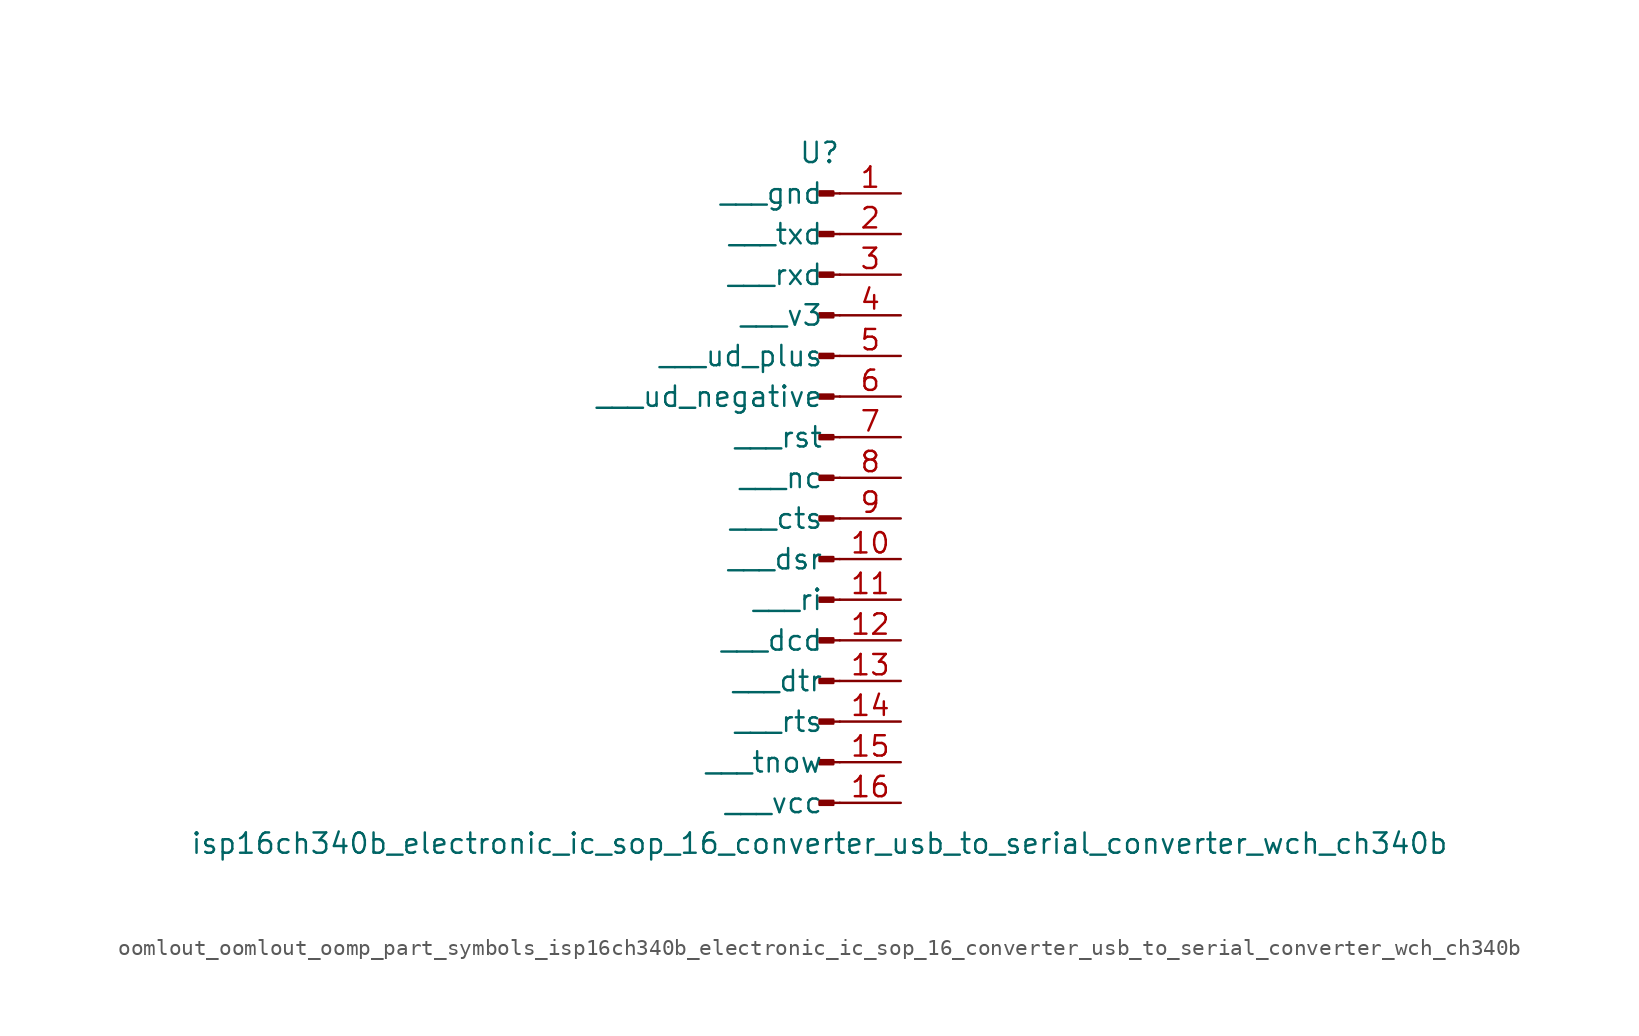
<source format=kicad_sym>
(kicad_symbol_lib
  (version 20220914)
  (generator kicad_symbol_editor)
  (symbol "oomlout_oomlout_oomp_part_symbols_isp16ch340b_electronic_ic_sop_16_converter_usb_to_serial_converter_wch_ch340b"
    (pin_names
      (offset 1.016))
    (property "Reference" "U"
      (at 0 20.32 0)
      (effects (font (size 1.27 1.27))))
    (property "Value" "isp16ch340b_electronic_ic_sop_16_converter_usb_to_serial_converter_wch_ch340b"
      (at 0 -22.86 0)
      (effects (font (size 1.27 1.27))))
    (property "ki_locked" ""
      (at 0 0 0)
      (effects (font (size 1.27 1.27))))
    (symbol "oomlout_oomlout_oomp_part_symbols_isp16ch340b_electronic_ic_sop_16_converter_usb_to_serial_converter_wch_ch340b_1_1"
      (polyline (pts (xy 1.27 -20.32) (xy 0.864 -20.32)) (stroke (width 0.152) (type default)) (fill (type none)))
      (polyline (pts (xy 1.27 -17.78) (xy 0.864 -17.78)) (stroke (width 0.152) (type default)) (fill (type none)))
      (polyline (pts (xy 1.27 -15.24) (xy 0.864 -15.24)) (stroke (width 0.152) (type default)) (fill (type none)))
      (polyline (pts (xy 1.27 -12.7) (xy 0.864 -12.7)) (stroke (width 0.152) (type default)) (fill (type none)))
      (polyline (pts (xy 1.27 -10.16) (xy 0.864 -10.16)) (stroke (width 0.152) (type default)) (fill (type none)))
      (polyline (pts (xy 1.27 -7.62) (xy 0.864 -7.62)) (stroke (width 0.152) (type default)) (fill (type none)))
      (polyline (pts (xy 1.27 -5.08) (xy 0.864 -5.08)) (stroke (width 0.152) (type default)) (fill (type none)))
      (polyline (pts (xy 1.27 -2.54) (xy 0.864 -2.54)) (stroke (width 0.152) (type default)) (fill (type none)))
      (polyline (pts (xy 1.27 0) (xy 0.864 0)) (stroke (width 0.152) (type default)) (fill (type none)))
      (polyline (pts (xy 1.27 2.54) (xy 0.864 2.54)) (stroke (width 0.152) (type default)) (fill (type none)))
      (polyline (pts (xy 1.27 5.08) (xy 0.864 5.08)) (stroke (width 0.152) (type default)) (fill (type none)))
      (polyline (pts (xy 1.27 7.62) (xy 0.864 7.62)) (stroke (width 0.152) (type default)) (fill (type none)))
      (polyline (pts (xy 1.27 10.16) (xy 0.864 10.16)) (stroke (width 0.152) (type default)) (fill (type none)))
      (polyline (pts (xy 1.27 12.7) (xy 0.864 12.7)) (stroke (width 0.152) (type default)) (fill (type none)))
      (polyline (pts (xy 1.27 15.24) (xy 0.864 15.24)) (stroke (width 0.152) (type default)) (fill (type none)))
      (polyline (pts (xy 1.27 17.78) (xy 0.864 17.78)) (stroke (width 0.152) (type default)) (fill (type none)))
      (rectangle (start 0.864 -20.193) (end 0 -20.447) (stroke (width 0.152) (type default)) (fill (type outline)))
      (rectangle (start 0.864 -17.653) (end 0 -17.907) (stroke (width 0.152) (type default)) (fill (type outline)))
      (rectangle (start 0.864 -15.113) (end 0 -15.367) (stroke (width 0.152) (type default)) (fill (type outline)))
      (rectangle (start 0.864 -12.573) (end 0 -12.827) (stroke (width 0.152) (type default)) (fill (type outline)))
      (rectangle (start 0.864 -10.033) (end 0 -10.287) (stroke (width 0.152) (type default)) (fill (type outline)))
      (rectangle (start 0.864 -7.493) (end 0 -7.747) (stroke (width 0.152) (type default)) (fill (type outline)))
      (rectangle (start 0.864 -4.953) (end 0 -5.207) (stroke (width 0.152) (type default)) (fill (type outline)))
      (rectangle (start 0.864 -2.413) (end 0 -2.667) (stroke (width 0.152) (type default)) (fill (type outline)))
      (rectangle (start 0.864 0.127) (end 0 -0.127) (stroke (width 0.152) (type default)) (fill (type outline)))
      (rectangle (start 0.864 2.667) (end 0 2.413) (stroke (width 0.152) (type default)) (fill (type outline)))
      (rectangle (start 0.864 5.207) (end 0 4.953) (stroke (width 0.152) (type default)) (fill (type outline)))
      (rectangle (start 0.864 7.747) (end 0 7.493) (stroke (width 0.152) (type default)) (fill (type outline)))
      (rectangle (start 0.864 10.287) (end 0 10.033) (stroke (width 0.152) (type default)) (fill (type outline)))
      (rectangle (start 0.864 12.827) (end 0 12.573) (stroke (width 0.152) (type default)) (fill (type outline)))
      (rectangle (start 0.864 15.367) (end 0 15.113) (stroke (width 0.152) (type default)) (fill (type outline)))
      (rectangle (start 0.864 17.907) (end 0 17.653) (stroke (width 0.152) (type default)) (fill (type outline)))
      (pin passive line (at 5.08 17.78 180) (length 3.81) (name "   gnd" (effects (font (size 1.27 1.27)))) (number "1" (effects (font (size 1.27 1.27)))))
      (pin passive line (at 5.08 -5.08 180) (length 3.81) (name "   dsr" (effects (font (size 1.27 1.27)))) (number "10" (effects (font (size 1.27 1.27)))))
      (pin passive line (at 5.08 -7.62 180) (length 3.81) (name "   ri" (effects (font (size 1.27 1.27)))) (number "11" (effects (font (size 1.27 1.27)))))
      (pin passive line (at 5.08 -10.16 180) (length 3.81) (name "   dcd" (effects (font (size 1.27 1.27)))) (number "12" (effects (font (size 1.27 1.27)))))
      (pin passive line (at 5.08 -12.7 180) (length 3.81) (name "   dtr" (effects (font (size 1.27 1.27)))) (number "13" (effects (font (size 1.27 1.27)))))
      (pin passive line (at 5.08 -15.24 180) (length 3.81) (name "   rts" (effects (font (size 1.27 1.27)))) (number "14" (effects (font (size 1.27 1.27)))))
      (pin passive line (at 5.08 -17.78 180) (length 3.81) (name "   tnow" (effects (font (size 1.27 1.27)))) (number "15" (effects (font (size 1.27 1.27)))))
      (pin passive line (at 5.08 -20.32 180) (length 3.81) (name "   vcc" (effects (font (size 1.27 1.27)))) (number "16" (effects (font (size 1.27 1.27)))))
      (pin passive line (at 5.08 15.24 180) (length 3.81) (name "   txd" (effects (font (size 1.27 1.27)))) (number "2" (effects (font (size 1.27 1.27)))))
      (pin passive line (at 5.08 12.7 180) (length 3.81) (name "   rxd" (effects (font (size 1.27 1.27)))) (number "3" (effects (font (size 1.27 1.27)))))
      (pin passive line (at 5.08 10.16 180) (length 3.81) (name "   v3" (effects (font (size 1.27 1.27)))) (number "4" (effects (font (size 1.27 1.27)))))
      (pin passive line (at 5.08 7.62 180) (length 3.81) (name "   ud_plus" (effects (font (size 1.27 1.27)))) (number "5" (effects (font (size 1.27 1.27)))))
      (pin passive line (at 5.08 5.08 180) (length 3.81) (name "   ud_negative" (effects (font (size 1.27 1.27)))) (number "6" (effects (font (size 1.27 1.27)))))
      (pin passive line (at 5.08 2.54 180) (length 3.81) (name "   rst" (effects (font (size 1.27 1.27)))) (number "7" (effects (font (size 1.27 1.27)))))
      (pin passive line (at 5.08 0 180) (length 3.81) (name "   nc" (effects (font (size 1.27 1.27)))) (number "8" (effects (font (size 1.27 1.27)))))
      (pin passive line (at 5.08 -2.54 180) (length 3.81) (name "   cts" (effects (font (size 1.27 1.27)))) (number "9" (effects (font (size 1.27 1.27))))))))
</source>
